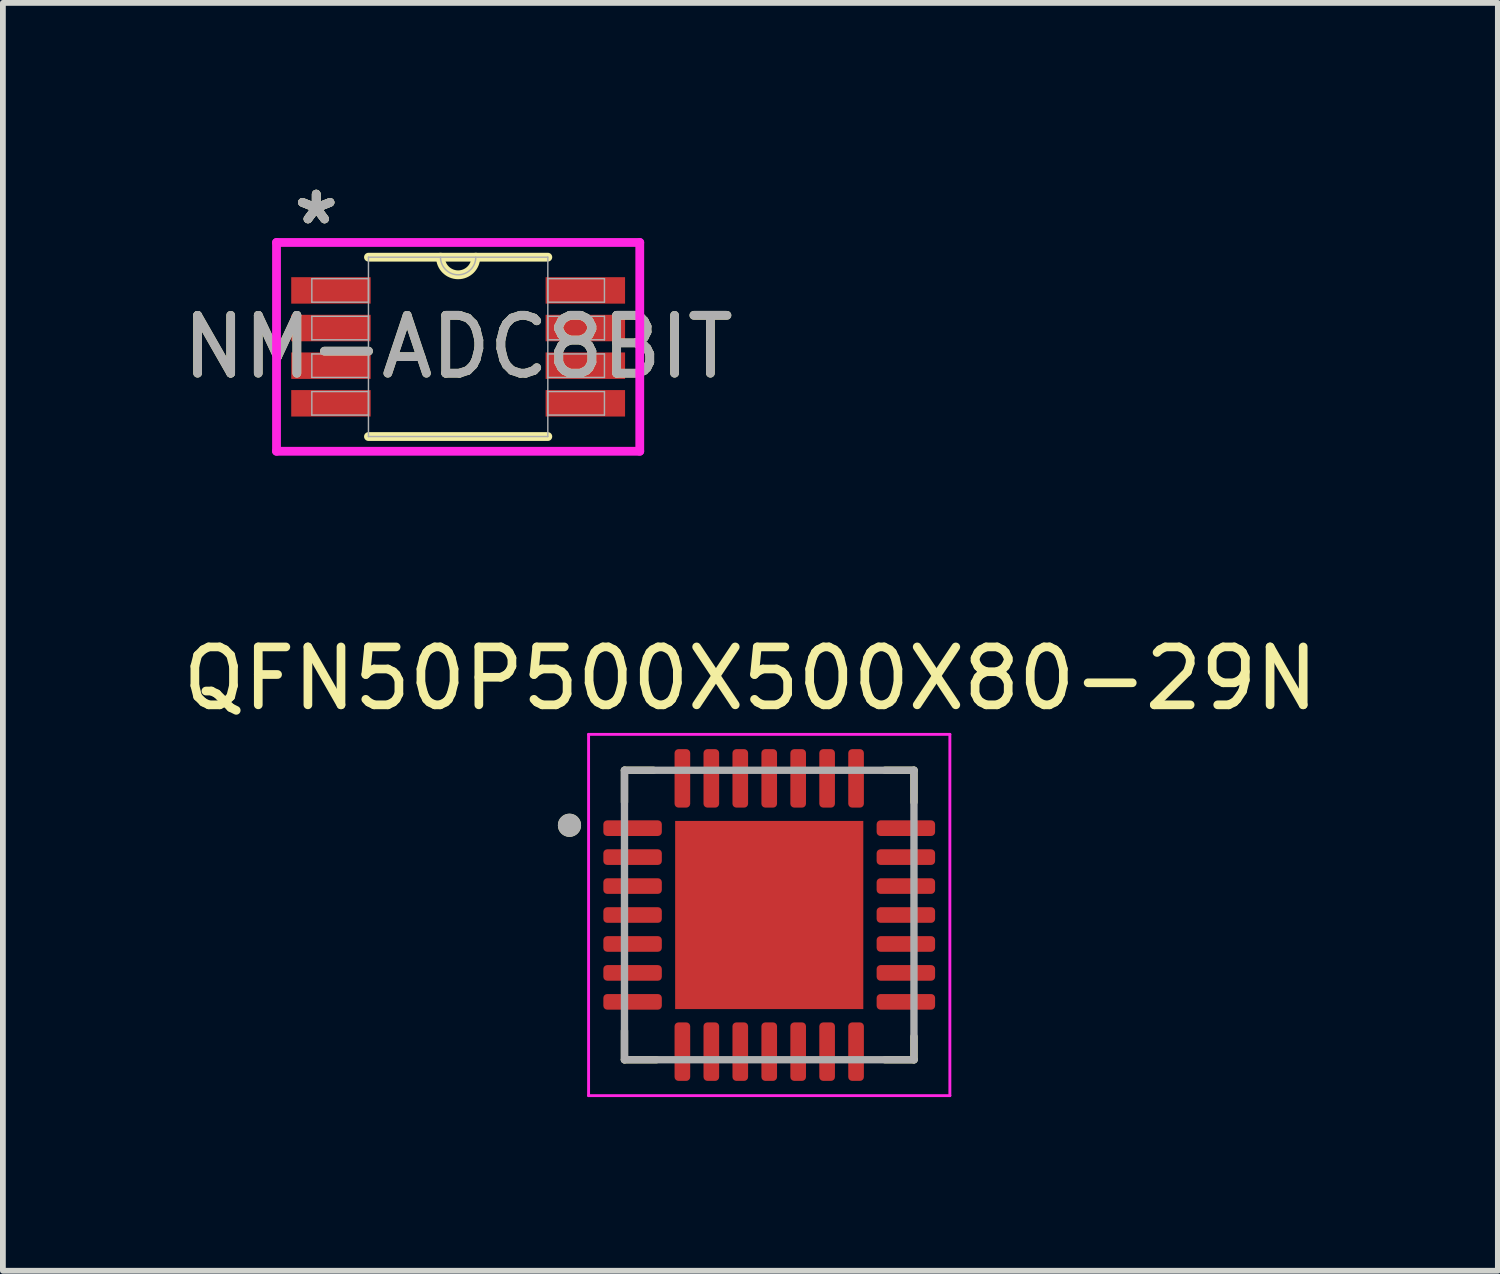
<source format=kicad_pcb>
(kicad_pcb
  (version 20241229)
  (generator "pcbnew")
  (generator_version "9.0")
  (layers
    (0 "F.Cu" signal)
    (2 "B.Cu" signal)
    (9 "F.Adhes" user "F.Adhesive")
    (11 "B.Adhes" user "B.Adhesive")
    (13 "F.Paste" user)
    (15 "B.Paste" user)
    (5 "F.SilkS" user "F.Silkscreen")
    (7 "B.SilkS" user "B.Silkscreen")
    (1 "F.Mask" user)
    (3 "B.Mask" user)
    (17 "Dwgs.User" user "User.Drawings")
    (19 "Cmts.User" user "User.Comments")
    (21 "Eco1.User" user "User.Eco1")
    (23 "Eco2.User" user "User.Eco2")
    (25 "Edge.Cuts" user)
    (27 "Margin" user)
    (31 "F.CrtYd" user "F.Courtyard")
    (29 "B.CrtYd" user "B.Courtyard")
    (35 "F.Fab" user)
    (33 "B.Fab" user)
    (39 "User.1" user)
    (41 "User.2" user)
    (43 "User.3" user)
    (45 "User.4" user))
  (footprint "NM-ADC8BIT"
    (layer "F.Cu")
    (at 4.863 2.941)
    (property "Reference" "NM-ADC8BIT" (at 0 0 0) (unlocked yes) (layer "F.SilkS") (effects (font (size 1 1) (thickness 0.15))))
    (attr smd)
    (fp_line (start -1.549 1.549) (end 1.549 1.549) (stroke (width 0.152) (type solid)) (layer "F.SilkS"))
    (fp_line (start 1.549 -1.549) (end -1.549 -1.549) (stroke (width 0.152) (type solid)) (layer "F.SilkS"))
    (fp_arc (start 0.3048 -1.5494) (mid 0 -1.2446) (end -0.3048 -1.5494) (stroke (width 0.1524) (type solid)) (layer "F.SilkS"))
    (fp_line (start -3.137 -1.803) (end 3.137 -1.803) (stroke (width 0.152) (type solid)) (layer "F.CrtYd"))
    (fp_line (start -3.137 1.803) (end -3.137 -1.803) (stroke (width 0.152) (type solid)) (layer "F.CrtYd"))
    (fp_line (start 3.137 -1.803) (end 3.137 1.803) (stroke (width 0.152) (type solid)) (layer "F.CrtYd"))
    (fp_line (start 3.137 1.803) (end -3.137 1.803) (stroke (width 0.152) (type solid)) (layer "F.CrtYd"))
    (fp_line (start -2.527 -1.178) (end -2.527 -0.772) (stroke (width 0.025) (type solid)) (layer "F.Fab"))
    (fp_line (start -2.527 -0.772) (end -1.549 -0.772) (stroke (width 0.025) (type solid)) (layer "F.Fab"))
    (fp_line (start -2.527 -0.528) (end -2.527 -0.122) (stroke (width 0.025) (type solid)) (layer "F.Fab"))
    (fp_line (start -2.527 -0.122) (end -1.549 -0.122) (stroke (width 0.025) (type solid)) (layer "F.Fab"))
    (fp_line (start -2.527 0.122) (end -2.527 0.528) (stroke (width 0.025) (type solid)) (layer "F.Fab"))
    (fp_line (start -2.527 0.528) (end -1.549 0.528) (stroke (width 0.025) (type solid)) (layer "F.Fab"))
    (fp_line (start -2.527 0.772) (end -2.527 1.178) (stroke (width 0.025) (type solid)) (layer "F.Fab"))
    (fp_line (start -2.527 1.178) (end -1.549 1.178) (stroke (width 0.025) (type solid)) (layer "F.Fab"))
    (fp_line (start -1.549 -1.549) (end -1.549 1.549) (stroke (width 0.025) (type solid)) (layer "F.Fab"))
    (fp_line (start -1.549 -1.178) (end -2.527 -1.178) (stroke (width 0.025) (type solid)) (layer "F.Fab"))
    (fp_line (start -1.549 -0.772) (end -1.549 -1.178) (stroke (width 0.025) (type solid)) (layer "F.Fab"))
    (fp_line (start -1.549 -0.528) (end -2.527 -0.528) (stroke (width 0.025) (type solid)) (layer "F.Fab"))
    (fp_line (start -1.549 -0.122) (end -1.549 -0.528) (stroke (width 0.025) (type solid)) (layer "F.Fab"))
    (fp_line (start -1.549 0.122) (end -2.527 0.122) (stroke (width 0.025) (type solid)) (layer "F.Fab"))
    (fp_line (start -1.549 0.528) (end -1.549 0.122) (stroke (width 0.025) (type solid)) (layer "F.Fab"))
    (fp_line (start -1.549 0.772) (end -2.527 0.772) (stroke (width 0.025) (type solid)) (layer "F.Fab"))
    (fp_line (start -1.549 1.178) (end -1.549 0.772) (stroke (width 0.025) (type solid)) (layer "F.Fab"))
    (fp_line (start -1.549 1.549) (end 1.549 1.549) (stroke (width 0.025) (type solid)) (layer "F.Fab"))
    (fp_line (start 1.549 -1.549) (end -1.549 -1.549) (stroke (width 0.025) (type solid)) (layer "F.Fab"))
    (fp_line (start 1.549 -1.178) (end 1.549 -0.772) (stroke (width 0.025) (type solid)) (layer "F.Fab"))
    (fp_line (start 1.549 -0.772) (end 2.527 -0.772) (stroke (width 0.025) (type solid)) (layer "F.Fab"))
    (fp_line (start 1.549 -0.528) (end 1.549 -0.122) (stroke (width 0.025) (type solid)) (layer "F.Fab"))
    (fp_line (start 1.549 -0.122) (end 2.527 -0.122) (stroke (width 0.025) (type solid)) (layer "F.Fab"))
    (fp_line (start 1.549 0.122) (end 1.549 0.528) (stroke (width 0.025) (type solid)) (layer "F.Fab"))
    (fp_line (start 1.549 0.528) (end 2.527 0.528) (stroke (width 0.025) (type solid)) (layer "F.Fab"))
    (fp_line (start 1.549 0.772) (end 1.549 1.178) (stroke (width 0.025) (type solid)) (layer "F.Fab"))
    (fp_line (start 1.549 1.178) (end 2.527 1.178) (stroke (width 0.025) (type solid)) (layer "F.Fab"))
    (fp_line (start 1.549 1.549) (end 1.549 -1.549) (stroke (width 0.025) (type solid)) (layer "F.Fab"))
    (fp_line (start 2.527 -1.178) (end 1.549 -1.178) (stroke (width 0.025) (type solid)) (layer "F.Fab"))
    (fp_line (start 2.527 -0.772) (end 2.527 -1.178) (stroke (width 0.025) (type solid)) (layer "F.Fab"))
    (fp_line (start 2.527 -0.528) (end 1.549 -0.528) (stroke (width 0.025) (type solid)) (layer "F.Fab"))
    (fp_line (start 2.527 -0.122) (end 2.527 -0.528) (stroke (width 0.025) (type solid)) (layer "F.Fab"))
    (fp_line (start 2.527 0.122) (end 1.549 0.122) (stroke (width 0.025) (type solid)) (layer "F.Fab"))
    (fp_line (start 2.527 0.528) (end 2.527 0.122) (stroke (width 0.025) (type solid)) (layer "F.Fab"))
    (fp_line (start 2.527 0.772) (end 1.549 0.772) (stroke (width 0.025) (type solid)) (layer "F.Fab"))
    (fp_line (start 2.527 1.178) (end 2.527 0.772) (stroke (width 0.025) (type solid)) (layer "F.Fab"))
    (fp_arc (start 0.3048 -1.5494) (mid 0 -1.2446) (end -0.3048 -1.5494) (stroke (width 0.0254) (type solid)) (layer "F.Fab"))
    (fp_text user "*" (at -2.451 -2.093 0) (unlocked yes) (layer "F.SilkS") (effects (font (size 1 1) (thickness 0.15))))
    (fp_text user "*" (at -2.451 -2.093 0) (layer "F.SilkS") (effects (font (size 1 1) (thickness 0.15))))
    (fp_text user "*" (at -2.451 -2.093 0) (layer "F.Fab") (effects (font (size 1 1) (thickness 0.15))))
    (fp_text user "${REFERENCE}" (at 0 0 0) (unlocked yes) (layer "F.Fab") (effects (font (size 1 1) (thickness 0.15))))
    (fp_text user "*" (at -2.451 -2.093 0) (unlocked yes) (layer "F.Fab") (effects (font (size 1 1) (thickness 0.15))))
    (pad "1" smd rect (at -2.197 -0.975) (size 1.372 0.457) (layers "F.Cu" "F.Mask" "F.Paste"))
    (pad "2" smd rect (at -2.197 -0.325) (size 1.372 0.457) (layers "F.Cu" "F.Mask" "F.Paste"))
    (pad "3" smd rect (at -2.197 0.325) (size 1.372 0.457) (layers "F.Cu" "F.Mask" "F.Paste"))
    (pad "4" smd rect (at -2.197 0.975) (size 1.372 0.457) (layers "F.Cu" "F.Mask" "F.Paste"))
    (pad "5" smd rect (at 2.197 0.975) (size 1.372 0.457) (layers "F.Cu" "F.Mask" "F.Paste"))
    (pad "6" smd rect (at 2.197 0.325) (size 1.372 0.457) (layers "F.Cu" "F.Mask" "F.Paste"))
    (pad "7" smd rect (at 2.197 -0.325) (size 1.372 0.457) (layers "F.Cu" "F.Mask" "F.Paste"))
    (pad "8" smd rect (at 2.197 -0.975) (size 1.372 0.457) (layers "F.Cu" "F.Mask" "F.Paste")))
  (footprint "QFN50P500X500X80-29N"
    (layer "F.Cu")
    (at 10.236 12.754)
    (property "Reference" "QFN50P500X500X80-29N" (at -0.325 -4.085 0) (layer "F.SilkS") (effects (font (size 1 1) (thickness 0.15))))
    (attr smd)
    (fp_line (start -2.5 -2.5) (end -2.5 -1.95) (stroke (width 0.127) (type solid)) (layer "F.SilkS"))
    (fp_line (start -2.5 2) (end -2.5 2.5) (stroke (width 0.127) (type solid)) (layer "F.SilkS"))
    (fp_line (start -2.5 2.5) (end -1.95 2.5) (stroke (width 0.127) (type solid)) (layer "F.SilkS"))
    (fp_line (start -2 -2.5) (end -2.5 -2.5) (stroke (width 0.127) (type solid)) (layer "F.SilkS"))
    (fp_line (start 2 -2.5) (end 2.5 -2.5) (stroke (width 0.127) (type solid)) (layer "F.SilkS"))
    (fp_line (start 2.5 -2.5) (end 2.5 -1.95) (stroke (width 0.127) (type solid)) (layer "F.SilkS"))
    (fp_line (start 2.5 2.1) (end 2.5 2.5) (stroke (width 0.127) (type solid)) (layer "F.SilkS"))
    (fp_line (start 2.5 2.5) (end 2 2.5) (stroke (width 0.127) (type solid)) (layer "F.SilkS"))
    (fp_circle (center -3.45 -1.55) (end -3.35 -1.55) (stroke (width 0.2) (type solid)) (fill no) (layer "F.SilkS"))
    (fp_poly (pts (xy -1.332 -1.33) (xy -0.18 -1.33) (xy -0.18 -0.18) (xy -1.332 -0.18)) (stroke (width 0.01) (type solid)) (fill yes) (layer "F.Paste"))
    (fp_poly (pts (xy -1.331 0.18) (xy -0.18 0.18) (xy -0.18 1.331) (xy -1.331 1.331)) (stroke (width 0.01) (type solid)) (fill yes) (layer "F.Paste"))
    (fp_poly (pts (xy 0.18 -1.33) (xy 1.33 -1.33) (xy 1.33 -0.18) (xy 0.18 -0.18)) (stroke (width 0.01) (type solid)) (fill yes) (layer "F.Paste"))
    (fp_poly (pts (xy 0.18 0.18) (xy 1.33 0.18) (xy 1.33 1.332) (xy 0.18 1.332)) (stroke (width 0.01) (type solid)) (fill yes) (layer "F.Paste"))
    (fp_line (start -3.12 -3.12) (end 3.12 -3.12) (stroke (width 0.05) (type solid)) (layer "F.CrtYd"))
    (fp_line (start -3.12 3.12) (end -3.12 -3.12) (stroke (width 0.05) (type solid)) (layer "F.CrtYd"))
    (fp_line (start 3.12 -3.12) (end 3.12 3.12) (stroke (width 0.05) (type solid)) (layer "F.CrtYd"))
    (fp_line (start 3.12 3.12) (end -3.12 3.12) (stroke (width 0.05) (type solid)) (layer "F.CrtYd"))
    (fp_line (start -2.5 -2.5) (end 2.5 -2.5) (stroke (width 0.127) (type solid)) (layer "F.Fab"))
    (fp_line (start -2.5 2.5) (end -2.5 -2.5) (stroke (width 0.127) (type solid)) (layer "F.Fab"))
    (fp_line (start 2.5 -2.5) (end 2.5 2.5) (stroke (width 0.127) (type solid)) (layer "F.Fab"))
    (fp_line (start 2.5 2.5) (end -2.5 2.5) (stroke (width 0.127) (type solid)) (layer "F.Fab"))
    (fp_circle (center -3.45 -1.55) (end -3.35 -1.55) (stroke (width 0.2) (type solid)) (fill no) (layer "F.Fab"))
    (pad "1" smd roundrect (at -2.36 -1.5) (size 1.01 0.27) (layers "F.Cu" "F.Mask" "F.Paste") (roundrect_rratio 0.25))
    (pad "2" smd roundrect (at -2.36 -1) (size 1.01 0.27) (layers "F.Cu" "F.Mask" "F.Paste") (roundrect_rratio 0.25))
    (pad "3" smd roundrect (at -2.36 -0.5) (size 1.01 0.27) (layers "F.Cu" "F.Mask" "F.Paste") (roundrect_rratio 0.25))
    (pad "4" smd roundrect (at -2.36 0) (size 1.01 0.27) (layers "F.Cu" "F.Mask" "F.Paste") (roundrect_rratio 0.25))
    (pad "5" smd roundrect (at -2.36 0.5) (size 1.01 0.27) (layers "F.Cu" "F.Mask" "F.Paste") (roundrect_rratio 0.25))
    (pad "6" smd roundrect (at -2.36 1) (size 1.01 0.27) (layers "F.Cu" "F.Mask" "F.Paste") (roundrect_rratio 0.25))
    (pad "7" smd roundrect (at -2.36 1.5) (size 1.01 0.27) (layers "F.Cu" "F.Mask" "F.Paste") (roundrect_rratio 0.25))
    (pad "8" smd roundrect (at -1.5 2.36) (size 0.27 1.01) (layers "F.Cu" "F.Mask" "F.Paste") (roundrect_rratio 0.25))
    (pad "9" smd roundrect (at -1 2.36) (size 0.27 1.01) (layers "F.Cu" "F.Mask" "F.Paste") (roundrect_rratio 0.25))
    (pad "10" smd roundrect (at -0.5 2.36) (size 0.27 1.01) (layers "F.Cu" "F.Mask" "F.Paste") (roundrect_rratio 0.25))
    (pad "11" smd roundrect (at 0 2.36) (size 0.27 1.01) (layers "F.Cu" "F.Mask" "F.Paste") (roundrect_rratio 0.25))
    (pad "12" smd roundrect (at 0.5 2.36) (size 0.27 1.01) (layers "F.Cu" "F.Mask" "F.Paste") (roundrect_rratio 0.25))
    (pad "13" smd roundrect (at 1 2.36) (size 0.27 1.01) (layers "F.Cu" "F.Mask" "F.Paste") (roundrect_rratio 0.25))
    (pad "14" smd roundrect (at 1.5 2.36) (size 0.27 1.01) (layers "F.Cu" "F.Mask" "F.Paste") (roundrect_rratio 0.25))
    (pad "15" smd roundrect (at 2.36 1.5) (size 1.01 0.27) (layers "F.Cu" "F.Mask" "F.Paste") (roundrect_rratio 0.25))
    (pad "16" smd roundrect (at 2.36 1) (size 1.01 0.27) (layers "F.Cu" "F.Mask" "F.Paste") (roundrect_rratio 0.25))
    (pad "17" smd roundrect (at 2.36 0.5) (size 1.01 0.27) (layers "F.Cu" "F.Mask" "F.Paste") (roundrect_rratio 0.25))
    (pad "18" smd roundrect (at 2.36 0) (size 1.01 0.27) (layers "F.Cu" "F.Mask" "F.Paste") (roundrect_rratio 0.25))
    (pad "19" smd roundrect (at 2.36 -0.5) (size 1.01 0.27) (layers "F.Cu" "F.Mask" "F.Paste") (roundrect_rratio 0.25))
    (pad "20" smd roundrect (at 2.36 -1) (size 1.01 0.27) (layers "F.Cu" "F.Mask" "F.Paste") (roundrect_rratio 0.25))
    (pad "21" smd roundrect (at 2.36 -1.5) (size 1.01 0.27) (layers "F.Cu" "F.Mask" "F.Paste") (roundrect_rratio 0.25))
    (pad "22" smd roundrect (at 1.5 -2.36) (size 0.27 1.01) (layers "F.Cu" "F.Mask" "F.Paste") (roundrect_rratio 0.25))
    (pad "23" smd roundrect (at 1 -2.36) (size 0.27 1.01) (layers "F.Cu" "F.Mask" "F.Paste") (roundrect_rratio 0.25))
    (pad "24" smd roundrect (at 0.5 -2.36) (size 0.27 1.01) (layers "F.Cu" "F.Mask" "F.Paste") (roundrect_rratio 0.25))
    (pad "25" smd roundrect (at 0 -2.36) (size 0.27 1.01) (layers "F.Cu" "F.Mask" "F.Paste") (roundrect_rratio 0.25))
    (pad "26" smd roundrect (at -0.5 -2.36) (size 0.27 1.01) (layers "F.Cu" "F.Mask" "F.Paste") (roundrect_rratio 0.25))
    (pad "27" smd roundrect (at -1 -2.36) (size 0.27 1.01) (layers "F.Cu" "F.Mask" "F.Paste") (roundrect_rratio 0.25))
    (pad "28" smd roundrect (at -1.5 -2.36) (size 0.27 1.01) (layers "F.Cu" "F.Mask" "F.Paste") (roundrect_rratio 0.25))
    (pad "29" smd rect (at 0 0) (size 3.25 3.25) (layers "F.Cu" "F.Mask")))
  (gr_rect
    (start -3 -3)
    (end 22.821 18.899)
    (stroke (width 0.1) (type default))
    (fill no)
    (layer "Edge.Cuts")))
</source>
